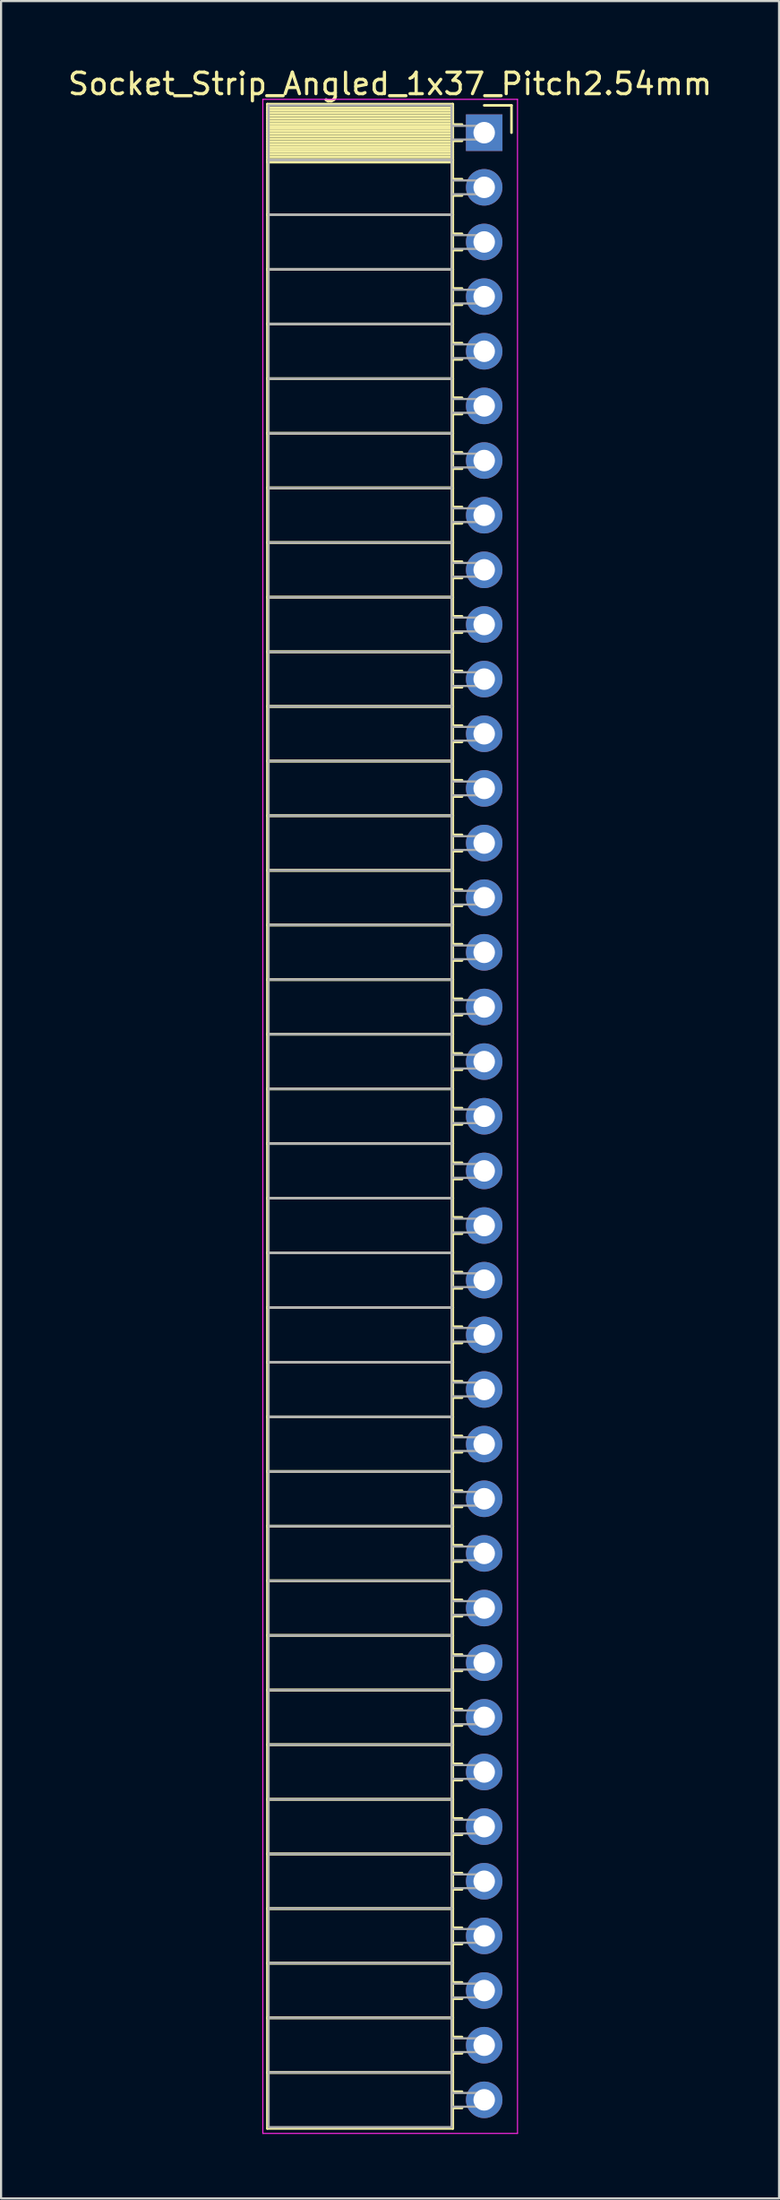
<source format=kicad_pcb>
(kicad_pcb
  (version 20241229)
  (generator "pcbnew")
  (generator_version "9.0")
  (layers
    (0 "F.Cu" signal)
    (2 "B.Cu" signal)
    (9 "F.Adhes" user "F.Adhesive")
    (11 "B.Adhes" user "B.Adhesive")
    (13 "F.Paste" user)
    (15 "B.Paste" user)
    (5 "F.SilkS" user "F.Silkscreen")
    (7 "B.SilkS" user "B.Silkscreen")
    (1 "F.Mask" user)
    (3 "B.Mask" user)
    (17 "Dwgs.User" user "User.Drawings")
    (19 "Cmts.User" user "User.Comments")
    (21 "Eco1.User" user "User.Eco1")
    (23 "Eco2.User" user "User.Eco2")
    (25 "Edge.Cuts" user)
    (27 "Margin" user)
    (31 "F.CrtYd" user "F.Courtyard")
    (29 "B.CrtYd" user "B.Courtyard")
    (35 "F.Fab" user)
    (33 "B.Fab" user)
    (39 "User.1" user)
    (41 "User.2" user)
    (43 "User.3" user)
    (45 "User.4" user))
  (footprint "Socket_Strip_Angled_1x37_Pitch2.54mm"
    (layer "F.Cu")
    (at 19.481 3.118)
    (property "Reference" "Socket_Strip_Angled_1x37_Pitch2.54mm" (at -4.38 -2.27 0) (layer "F.SilkS") (effects (font (size 1 1) (thickness 0.15))))
    (attr through_hole)
    (fp_line (start -10.09 -1.33) (end -1.46 -1.33) (stroke (width 0.12) (type solid)) (layer "F.SilkS"))
    (fp_line (start -10.09 1.27) (end -10.09 -1.33) (stroke (width 0.12) (type solid)) (layer "F.SilkS"))
    (fp_line (start -10.09 1.27) (end -1.46 1.27) (stroke (width 0.12) (type solid)) (layer "F.SilkS"))
    (fp_line (start -10.09 3.81) (end -10.09 1.27) (stroke (width 0.12) (type solid)) (layer "F.SilkS"))
    (fp_line (start -10.09 3.81) (end -1.46 3.81) (stroke (width 0.12) (type solid)) (layer "F.SilkS"))
    (fp_line (start -10.09 6.35) (end -10.09 3.81) (stroke (width 0.12) (type solid)) (layer "F.SilkS"))
    (fp_line (start -10.09 6.35) (end -1.46 6.35) (stroke (width 0.12) (type solid)) (layer "F.SilkS"))
    (fp_line (start -10.09 8.89) (end -10.09 6.35) (stroke (width 0.12) (type solid)) (layer "F.SilkS"))
    (fp_line (start -10.09 8.89) (end -1.46 8.89) (stroke (width 0.12) (type solid)) (layer "F.SilkS"))
    (fp_line (start -10.09 11.43) (end -10.09 8.89) (stroke (width 0.12) (type solid)) (layer "F.SilkS"))
    (fp_line (start -10.09 11.43) (end -1.46 11.43) (stroke (width 0.12) (type solid)) (layer "F.SilkS"))
    (fp_line (start -10.09 13.97) (end -10.09 11.43) (stroke (width 0.12) (type solid)) (layer "F.SilkS"))
    (fp_line (start -10.09 13.97) (end -1.46 13.97) (stroke (width 0.12) (type solid)) (layer "F.SilkS"))
    (fp_line (start -10.09 16.51) (end -10.09 13.97) (stroke (width 0.12) (type solid)) (layer "F.SilkS"))
    (fp_line (start -10.09 16.51) (end -1.46 16.51) (stroke (width 0.12) (type solid)) (layer "F.SilkS"))
    (fp_line (start -10.09 19.05) (end -10.09 16.51) (stroke (width 0.12) (type solid)) (layer "F.SilkS"))
    (fp_line (start -10.09 19.05) (end -1.46 19.05) (stroke (width 0.12) (type solid)) (layer "F.SilkS"))
    (fp_line (start -10.09 21.59) (end -10.09 19.05) (stroke (width 0.12) (type solid)) (layer "F.SilkS"))
    (fp_line (start -10.09 21.59) (end -1.46 21.59) (stroke (width 0.12) (type solid)) (layer "F.SilkS"))
    (fp_line (start -10.09 24.13) (end -10.09 21.59) (stroke (width 0.12) (type solid)) (layer "F.SilkS"))
    (fp_line (start -10.09 24.13) (end -1.46 24.13) (stroke (width 0.12) (type solid)) (layer "F.SilkS"))
    (fp_line (start -10.09 26.67) (end -10.09 24.13) (stroke (width 0.12) (type solid)) (layer "F.SilkS"))
    (fp_line (start -10.09 26.67) (end -1.46 26.67) (stroke (width 0.12) (type solid)) (layer "F.SilkS"))
    (fp_line (start -10.09 29.21) (end -10.09 26.67) (stroke (width 0.12) (type solid)) (layer "F.SilkS"))
    (fp_line (start -10.09 29.21) (end -1.46 29.21) (stroke (width 0.12) (type solid)) (layer "F.SilkS"))
    (fp_line (start -10.09 31.75) (end -10.09 29.21) (stroke (width 0.12) (type solid)) (layer "F.SilkS"))
    (fp_line (start -10.09 31.75) (end -1.46 31.75) (stroke (width 0.12) (type solid)) (layer "F.SilkS"))
    (fp_line (start -10.09 34.29) (end -10.09 31.75) (stroke (width 0.12) (type solid)) (layer "F.SilkS"))
    (fp_line (start -10.09 34.29) (end -1.46 34.29) (stroke (width 0.12) (type solid)) (layer "F.SilkS"))
    (fp_line (start -10.09 36.83) (end -10.09 34.29) (stroke (width 0.12) (type solid)) (layer "F.SilkS"))
    (fp_line (start -10.09 36.83) (end -1.46 36.83) (stroke (width 0.12) (type solid)) (layer "F.SilkS"))
    (fp_line (start -10.09 39.37) (end -10.09 36.83) (stroke (width 0.12) (type solid)) (layer "F.SilkS"))
    (fp_line (start -10.09 39.37) (end -1.46 39.37) (stroke (width 0.12) (type solid)) (layer "F.SilkS"))
    (fp_line (start -10.09 41.91) (end -10.09 39.37) (stroke (width 0.12) (type solid)) (layer "F.SilkS"))
    (fp_line (start -10.09 41.91) (end -1.46 41.91) (stroke (width 0.12) (type solid)) (layer "F.SilkS"))
    (fp_line (start -10.09 44.45) (end -10.09 41.91) (stroke (width 0.12) (type solid)) (layer "F.SilkS"))
    (fp_line (start -10.09 44.45) (end -1.46 44.45) (stroke (width 0.12) (type solid)) (layer "F.SilkS"))
    (fp_line (start -10.09 46.99) (end -10.09 44.45) (stroke (width 0.12) (type solid)) (layer "F.SilkS"))
    (fp_line (start -10.09 46.99) (end -1.46 46.99) (stroke (width 0.12) (type solid)) (layer "F.SilkS"))
    (fp_line (start -10.09 49.53) (end -10.09 46.99) (stroke (width 0.12) (type solid)) (layer "F.SilkS"))
    (fp_line (start -10.09 49.53) (end -1.46 49.53) (stroke (width 0.12) (type solid)) (layer "F.SilkS"))
    (fp_line (start -10.09 52.07) (end -10.09 49.53) (stroke (width 0.12) (type solid)) (layer "F.SilkS"))
    (fp_line (start -10.09 52.07) (end -1.46 52.07) (stroke (width 0.12) (type solid)) (layer "F.SilkS"))
    (fp_line (start -10.09 54.61) (end -10.09 52.07) (stroke (width 0.12) (type solid)) (layer "F.SilkS"))
    (fp_line (start -10.09 54.61) (end -1.46 54.61) (stroke (width 0.12) (type solid)) (layer "F.SilkS"))
    (fp_line (start -10.09 57.15) (end -10.09 54.61) (stroke (width 0.12) (type solid)) (layer "F.SilkS"))
    (fp_line (start -10.09 57.15) (end -1.46 57.15) (stroke (width 0.12) (type solid)) (layer "F.SilkS"))
    (fp_line (start -10.09 59.69) (end -10.09 57.15) (stroke (width 0.12) (type solid)) (layer "F.SilkS"))
    (fp_line (start -10.09 59.69) (end -1.46 59.69) (stroke (width 0.12) (type solid)) (layer "F.SilkS"))
    (fp_line (start -10.09 62.23) (end -10.09 59.69) (stroke (width 0.12) (type solid)) (layer "F.SilkS"))
    (fp_line (start -10.09 62.23) (end -1.46 62.23) (stroke (width 0.12) (type solid)) (layer "F.SilkS"))
    (fp_line (start -10.09 64.77) (end -10.09 62.23) (stroke (width 0.12) (type solid)) (layer "F.SilkS"))
    (fp_line (start -10.09 64.77) (end -1.46 64.77) (stroke (width 0.12) (type solid)) (layer "F.SilkS"))
    (fp_line (start -10.09 67.31) (end -10.09 64.77) (stroke (width 0.12) (type solid)) (layer "F.SilkS"))
    (fp_line (start -10.09 67.31) (end -1.46 67.31) (stroke (width 0.12) (type solid)) (layer "F.SilkS"))
    (fp_line (start -10.09 69.85) (end -10.09 67.31) (stroke (width 0.12) (type solid)) (layer "F.SilkS"))
    (fp_line (start -10.09 69.85) (end -1.46 69.85) (stroke (width 0.12) (type solid)) (layer "F.SilkS"))
    (fp_line (start -10.09 72.39) (end -10.09 69.85) (stroke (width 0.12) (type solid)) (layer "F.SilkS"))
    (fp_line (start -10.09 72.39) (end -1.46 72.39) (stroke (width 0.12) (type solid)) (layer "F.SilkS"))
    (fp_line (start -10.09 74.93) (end -10.09 72.39) (stroke (width 0.12) (type solid)) (layer "F.SilkS"))
    (fp_line (start -10.09 74.93) (end -1.46 74.93) (stroke (width 0.12) (type solid)) (layer "F.SilkS"))
    (fp_line (start -10.09 77.47) (end -10.09 74.93) (stroke (width 0.12) (type solid)) (layer "F.SilkS"))
    (fp_line (start -10.09 77.47) (end -1.46 77.47) (stroke (width 0.12) (type solid)) (layer "F.SilkS"))
    (fp_line (start -10.09 80.01) (end -10.09 77.47) (stroke (width 0.12) (type solid)) (layer "F.SilkS"))
    (fp_line (start -10.09 80.01) (end -1.46 80.01) (stroke (width 0.12) (type solid)) (layer "F.SilkS"))
    (fp_line (start -10.09 82.55) (end -10.09 80.01) (stroke (width 0.12) (type solid)) (layer "F.SilkS"))
    (fp_line (start -10.09 82.55) (end -1.46 82.55) (stroke (width 0.12) (type solid)) (layer "F.SilkS"))
    (fp_line (start -10.09 85.09) (end -10.09 82.55) (stroke (width 0.12) (type solid)) (layer "F.SilkS"))
    (fp_line (start -10.09 85.09) (end -1.46 85.09) (stroke (width 0.12) (type solid)) (layer "F.SilkS"))
    (fp_line (start -10.09 87.63) (end -10.09 85.09) (stroke (width 0.12) (type solid)) (layer "F.SilkS"))
    (fp_line (start -10.09 87.63) (end -1.46 87.63) (stroke (width 0.12) (type solid)) (layer "F.SilkS"))
    (fp_line (start -10.09 90.17) (end -10.09 87.63) (stroke (width 0.12) (type solid)) (layer "F.SilkS"))
    (fp_line (start -10.09 90.17) (end -1.46 90.17) (stroke (width 0.12) (type solid)) (layer "F.SilkS"))
    (fp_line (start -10.09 92.77) (end -10.09 90.17) (stroke (width 0.12) (type solid)) (layer "F.SilkS"))
    (fp_line (start -1.46 -1.33) (end -1.46 1.27) (stroke (width 0.12) (type solid)) (layer "F.SilkS"))
    (fp_line (start -1.46 -1.15) (end -10.09 -1.15) (stroke (width 0.12) (type solid)) (layer "F.SilkS"))
    (fp_line (start -1.46 -1.03) (end -10.09 -1.03) (stroke (width 0.12) (type solid)) (layer "F.SilkS"))
    (fp_line (start -1.46 -0.91) (end -10.09 -0.91) (stroke (width 0.12) (type solid)) (layer "F.SilkS"))
    (fp_line (start -1.46 -0.79) (end -10.09 -0.79) (stroke (width 0.12) (type solid)) (layer "F.SilkS"))
    (fp_line (start -1.46 -0.67) (end -10.09 -0.67) (stroke (width 0.12) (type solid)) (layer "F.SilkS"))
    (fp_line (start -1.46 -0.55) (end -10.09 -0.55) (stroke (width 0.12) (type solid)) (layer "F.SilkS"))
    (fp_line (start -1.46 -0.43) (end -10.09 -0.43) (stroke (width 0.12) (type solid)) (layer "F.SilkS"))
    (fp_line (start -1.46 -0.31) (end -10.09 -0.31) (stroke (width 0.12) (type solid)) (layer "F.SilkS"))
    (fp_line (start -1.46 -0.19) (end -10.09 -0.19) (stroke (width 0.12) (type solid)) (layer "F.SilkS"))
    (fp_line (start -1.46 -0.07) (end -10.09 -0.07) (stroke (width 0.12) (type solid)) (layer "F.SilkS"))
    (fp_line (start -1.46 0.05) (end -10.09 0.05) (stroke (width 0.12) (type solid)) (layer "F.SilkS"))
    (fp_line (start -1.46 0.17) (end -10.09 0.17) (stroke (width 0.12) (type solid)) (layer "F.SilkS"))
    (fp_line (start -1.46 0.29) (end -10.09 0.29) (stroke (width 0.12) (type solid)) (layer "F.SilkS"))
    (fp_line (start -1.46 0.41) (end -10.09 0.41) (stroke (width 0.12) (type solid)) (layer "F.SilkS"))
    (fp_line (start -1.46 0.53) (end -10.09 0.53) (stroke (width 0.12) (type solid)) (layer "F.SilkS"))
    (fp_line (start -1.46 0.65) (end -10.09 0.65) (stroke (width 0.12) (type solid)) (layer "F.SilkS"))
    (fp_line (start -1.46 0.77) (end -10.09 0.77) (stroke (width 0.12) (type solid)) (layer "F.SilkS"))
    (fp_line (start -1.46 0.89) (end -10.09 0.89) (stroke (width 0.12) (type solid)) (layer "F.SilkS"))
    (fp_line (start -1.46 1.01) (end -10.09 1.01) (stroke (width 0.12) (type solid)) (layer "F.SilkS"))
    (fp_line (start -1.46 1.13) (end -10.09 1.13) (stroke (width 0.12) (type solid)) (layer "F.SilkS"))
    (fp_line (start -1.46 1.25) (end -10.09 1.25) (stroke (width 0.12) (type solid)) (layer "F.SilkS"))
    (fp_line (start -1.46 1.27) (end -10.09 1.27) (stroke (width 0.12) (type solid)) (layer "F.SilkS"))
    (fp_line (start -1.46 1.27) (end -1.46 3.81) (stroke (width 0.12) (type solid)) (layer "F.SilkS"))
    (fp_line (start -1.46 1.37) (end -10.09 1.37) (stroke (width 0.12) (type solid)) (layer "F.SilkS"))
    (fp_line (start -1.46 3.81) (end -10.09 3.81) (stroke (width 0.12) (type solid)) (layer "F.SilkS"))
    (fp_line (start -1.46 3.81) (end -1.46 6.35) (stroke (width 0.12) (type solid)) (layer "F.SilkS"))
    (fp_line (start -1.46 6.35) (end -10.09 6.35) (stroke (width 0.12) (type solid)) (layer "F.SilkS"))
    (fp_line (start -1.46 6.35) (end -1.46 8.89) (stroke (width 0.12) (type solid)) (layer "F.SilkS"))
    (fp_line (start -1.46 8.89) (end -10.09 8.89) (stroke (width 0.12) (type solid)) (layer "F.SilkS"))
    (fp_line (start -1.46 8.89) (end -1.46 11.43) (stroke (width 0.12) (type solid)) (layer "F.SilkS"))
    (fp_line (start -1.46 11.43) (end -10.09 11.43) (stroke (width 0.12) (type solid)) (layer "F.SilkS"))
    (fp_line (start -1.46 11.43) (end -1.46 13.97) (stroke (width 0.12) (type solid)) (layer "F.SilkS"))
    (fp_line (start -1.46 13.97) (end -10.09 13.97) (stroke (width 0.12) (type solid)) (layer "F.SilkS"))
    (fp_line (start -1.46 13.97) (end -1.46 16.51) (stroke (width 0.12) (type solid)) (layer "F.SilkS"))
    (fp_line (start -1.46 16.51) (end -10.09 16.51) (stroke (width 0.12) (type solid)) (layer "F.SilkS"))
    (fp_line (start -1.46 16.51) (end -1.46 19.05) (stroke (width 0.12) (type solid)) (layer "F.SilkS"))
    (fp_line (start -1.46 19.05) (end -10.09 19.05) (stroke (width 0.12) (type solid)) (layer "F.SilkS"))
    (fp_line (start -1.46 19.05) (end -1.46 21.59) (stroke (width 0.12) (type solid)) (layer "F.SilkS"))
    (fp_line (start -1.46 21.59) (end -10.09 21.59) (stroke (width 0.12) (type solid)) (layer "F.SilkS"))
    (fp_line (start -1.46 21.59) (end -1.46 24.13) (stroke (width 0.12) (type solid)) (layer "F.SilkS"))
    (fp_line (start -1.46 24.13) (end -10.09 24.13) (stroke (width 0.12) (type solid)) (layer "F.SilkS"))
    (fp_line (start -1.46 24.13) (end -1.46 26.67) (stroke (width 0.12) (type solid)) (layer "F.SilkS"))
    (fp_line (start -1.46 26.67) (end -10.09 26.67) (stroke (width 0.12) (type solid)) (layer "F.SilkS"))
    (fp_line (start -1.46 26.67) (end -1.46 29.21) (stroke (width 0.12) (type solid)) (layer "F.SilkS"))
    (fp_line (start -1.46 29.21) (end -10.09 29.21) (stroke (width 0.12) (type solid)) (layer "F.SilkS"))
    (fp_line (start -1.46 29.21) (end -1.46 31.75) (stroke (width 0.12) (type solid)) (layer "F.SilkS"))
    (fp_line (start -1.46 31.75) (end -10.09 31.75) (stroke (width 0.12) (type solid)) (layer "F.SilkS"))
    (fp_line (start -1.46 31.75) (end -1.46 34.29) (stroke (width 0.12) (type solid)) (layer "F.SilkS"))
    (fp_line (start -1.46 34.29) (end -10.09 34.29) (stroke (width 0.12) (type solid)) (layer "F.SilkS"))
    (fp_line (start -1.46 34.29) (end -1.46 36.83) (stroke (width 0.12) (type solid)) (layer "F.SilkS"))
    (fp_line (start -1.46 36.83) (end -10.09 36.83) (stroke (width 0.12) (type solid)) (layer "F.SilkS"))
    (fp_line (start -1.46 36.83) (end -1.46 39.37) (stroke (width 0.12) (type solid)) (layer "F.SilkS"))
    (fp_line (start -1.46 39.37) (end -10.09 39.37) (stroke (width 0.12) (type solid)) (layer "F.SilkS"))
    (fp_line (start -1.46 39.37) (end -1.46 41.91) (stroke (width 0.12) (type solid)) (layer "F.SilkS"))
    (fp_line (start -1.46 41.91) (end -10.09 41.91) (stroke (width 0.12) (type solid)) (layer "F.SilkS"))
    (fp_line (start -1.46 41.91) (end -1.46 44.45) (stroke (width 0.12) (type solid)) (layer "F.SilkS"))
    (fp_line (start -1.46 44.45) (end -10.09 44.45) (stroke (width 0.12) (type solid)) (layer "F.SilkS"))
    (fp_line (start -1.46 44.45) (end -1.46 46.99) (stroke (width 0.12) (type solid)) (layer "F.SilkS"))
    (fp_line (start -1.46 46.99) (end -10.09 46.99) (stroke (width 0.12) (type solid)) (layer "F.SilkS"))
    (fp_line (start -1.46 46.99) (end -1.46 49.53) (stroke (width 0.12) (type solid)) (layer "F.SilkS"))
    (fp_line (start -1.46 49.53) (end -10.09 49.53) (stroke (width 0.12) (type solid)) (layer "F.SilkS"))
    (fp_line (start -1.46 49.53) (end -1.46 52.07) (stroke (width 0.12) (type solid)) (layer "F.SilkS"))
    (fp_line (start -1.46 52.07) (end -10.09 52.07) (stroke (width 0.12) (type solid)) (layer "F.SilkS"))
    (fp_line (start -1.46 52.07) (end -1.46 54.61) (stroke (width 0.12) (type solid)) (layer "F.SilkS"))
    (fp_line (start -1.46 54.61) (end -10.09 54.61) (stroke (width 0.12) (type solid)) (layer "F.SilkS"))
    (fp_line (start -1.46 54.61) (end -1.46 57.15) (stroke (width 0.12) (type solid)) (layer "F.SilkS"))
    (fp_line (start -1.46 57.15) (end -10.09 57.15) (stroke (width 0.12) (type solid)) (layer "F.SilkS"))
    (fp_line (start -1.46 57.15) (end -1.46 59.69) (stroke (width 0.12) (type solid)) (layer "F.SilkS"))
    (fp_line (start -1.46 59.69) (end -10.09 59.69) (stroke (width 0.12) (type solid)) (layer "F.SilkS"))
    (fp_line (start -1.46 59.69) (end -1.46 62.23) (stroke (width 0.12) (type solid)) (layer "F.SilkS"))
    (fp_line (start -1.46 62.23) (end -10.09 62.23) (stroke (width 0.12) (type solid)) (layer "F.SilkS"))
    (fp_line (start -1.46 62.23) (end -1.46 64.77) (stroke (width 0.12) (type solid)) (layer "F.SilkS"))
    (fp_line (start -1.46 64.77) (end -10.09 64.77) (stroke (width 0.12) (type solid)) (layer "F.SilkS"))
    (fp_line (start -1.46 64.77) (end -1.46 67.31) (stroke (width 0.12) (type solid)) (layer "F.SilkS"))
    (fp_line (start -1.46 67.31) (end -10.09 67.31) (stroke (width 0.12) (type solid)) (layer "F.SilkS"))
    (fp_line (start -1.46 67.31) (end -1.46 69.85) (stroke (width 0.12) (type solid)) (layer "F.SilkS"))
    (fp_line (start -1.46 69.85) (end -10.09 69.85) (stroke (width 0.12) (type solid)) (layer "F.SilkS"))
    (fp_line (start -1.46 69.85) (end -1.46 72.39) (stroke (width 0.12) (type solid)) (layer "F.SilkS"))
    (fp_line (start -1.46 72.39) (end -10.09 72.39) (stroke (width 0.12) (type solid)) (layer "F.SilkS"))
    (fp_line (start -1.46 72.39) (end -1.46 74.93) (stroke (width 0.12) (type solid)) (layer "F.SilkS"))
    (fp_line (start -1.46 74.93) (end -10.09 74.93) (stroke (width 0.12) (type solid)) (layer "F.SilkS"))
    (fp_line (start -1.46 74.93) (end -1.46 77.47) (stroke (width 0.12) (type solid)) (layer "F.SilkS"))
    (fp_line (start -1.46 77.47) (end -10.09 77.47) (stroke (width 0.12) (type solid)) (layer "F.SilkS"))
    (fp_line (start -1.46 77.47) (end -1.46 80.01) (stroke (width 0.12) (type solid)) (layer "F.SilkS"))
    (fp_line (start -1.46 80.01) (end -10.09 80.01) (stroke (width 0.12) (type solid)) (layer "F.SilkS"))
    (fp_line (start -1.46 80.01) (end -1.46 82.55) (stroke (width 0.12) (type solid)) (layer "F.SilkS"))
    (fp_line (start -1.46 82.55) (end -10.09 82.55) (stroke (width 0.12) (type solid)) (layer "F.SilkS"))
    (fp_line (start -1.46 82.55) (end -1.46 85.09) (stroke (width 0.12) (type solid)) (layer "F.SilkS"))
    (fp_line (start -1.46 85.09) (end -10.09 85.09) (stroke (width 0.12) (type solid)) (layer "F.SilkS"))
    (fp_line (start -1.46 85.09) (end -1.46 87.63) (stroke (width 0.12) (type solid)) (layer "F.SilkS"))
    (fp_line (start -1.46 87.63) (end -10.09 87.63) (stroke (width 0.12) (type solid)) (layer "F.SilkS"))
    (fp_line (start -1.46 87.63) (end -1.46 90.17) (stroke (width 0.12) (type solid)) (layer "F.SilkS"))
    (fp_line (start -1.46 90.17) (end -10.09 90.17) (stroke (width 0.12) (type solid)) (layer "F.SilkS"))
    (fp_line (start -1.46 90.17) (end -1.46 92.77) (stroke (width 0.12) (type solid)) (layer "F.SilkS"))
    (fp_line (start -1.46 92.77) (end -10.09 92.77) (stroke (width 0.12) (type solid)) (layer "F.SilkS"))
    (fp_line (start -1.03 -0.38) (end -1.46 -0.38) (stroke (width 0.12) (type solid)) (layer "F.SilkS"))
    (fp_line (start -1.03 0.38) (end -1.46 0.38) (stroke (width 0.12) (type solid)) (layer "F.SilkS"))
    (fp_line (start -1.03 2.16) (end -1.46 2.16) (stroke (width 0.12) (type solid)) (layer "F.SilkS"))
    (fp_line (start -1.03 2.92) (end -1.46 2.92) (stroke (width 0.12) (type solid)) (layer "F.SilkS"))
    (fp_line (start -1.03 4.7) (end -1.46 4.7) (stroke (width 0.12) (type solid)) (layer "F.SilkS"))
    (fp_line (start -1.03 5.46) (end -1.46 5.46) (stroke (width 0.12) (type solid)) (layer "F.SilkS"))
    (fp_line (start -1.03 7.24) (end -1.46 7.24) (stroke (width 0.12) (type solid)) (layer "F.SilkS"))
    (fp_line (start -1.03 8) (end -1.46 8) (stroke (width 0.12) (type solid)) (layer "F.SilkS"))
    (fp_line (start -1.03 9.78) (end -1.46 9.78) (stroke (width 0.12) (type solid)) (layer "F.SilkS"))
    (fp_line (start -1.03 10.54) (end -1.46 10.54) (stroke (width 0.12) (type solid)) (layer "F.SilkS"))
    (fp_line (start -1.03 12.32) (end -1.46 12.32) (stroke (width 0.12) (type solid)) (layer "F.SilkS"))
    (fp_line (start -1.03 13.08) (end -1.46 13.08) (stroke (width 0.12) (type solid)) (layer "F.SilkS"))
    (fp_line (start -1.03 14.86) (end -1.46 14.86) (stroke (width 0.12) (type solid)) (layer "F.SilkS"))
    (fp_line (start -1.03 15.62) (end -1.46 15.62) (stroke (width 0.12) (type solid)) (layer "F.SilkS"))
    (fp_line (start -1.03 17.4) (end -1.46 17.4) (stroke (width 0.12) (type solid)) (layer "F.SilkS"))
    (fp_line (start -1.03 18.16) (end -1.46 18.16) (stroke (width 0.12) (type solid)) (layer "F.SilkS"))
    (fp_line (start -1.03 19.94) (end -1.46 19.94) (stroke (width 0.12) (type solid)) (layer "F.SilkS"))
    (fp_line (start -1.03 20.7) (end -1.46 20.7) (stroke (width 0.12) (type solid)) (layer "F.SilkS"))
    (fp_line (start -1.03 22.48) (end -1.46 22.48) (stroke (width 0.12) (type solid)) (layer "F.SilkS"))
    (fp_line (start -1.03 23.24) (end -1.46 23.24) (stroke (width 0.12) (type solid)) (layer "F.SilkS"))
    (fp_line (start -1.03 25.02) (end -1.46 25.02) (stroke (width 0.12) (type solid)) (layer "F.SilkS"))
    (fp_line (start -1.03 25.78) (end -1.46 25.78) (stroke (width 0.12) (type solid)) (layer "F.SilkS"))
    (fp_line (start -1.03 27.56) (end -1.46 27.56) (stroke (width 0.12) (type solid)) (layer "F.SilkS"))
    (fp_line (start -1.03 28.32) (end -1.46 28.32) (stroke (width 0.12) (type solid)) (layer "F.SilkS"))
    (fp_line (start -1.03 30.1) (end -1.46 30.1) (stroke (width 0.12) (type solid)) (layer "F.SilkS"))
    (fp_line (start -1.03 30.86) (end -1.46 30.86) (stroke (width 0.12) (type solid)) (layer "F.SilkS"))
    (fp_line (start -1.03 32.64) (end -1.46 32.64) (stroke (width 0.12) (type solid)) (layer "F.SilkS"))
    (fp_line (start -1.03 33.4) (end -1.46 33.4) (stroke (width 0.12) (type solid)) (layer "F.SilkS"))
    (fp_line (start -1.03 35.18) (end -1.46 35.18) (stroke (width 0.12) (type solid)) (layer "F.SilkS"))
    (fp_line (start -1.03 35.94) (end -1.46 35.94) (stroke (width 0.12) (type solid)) (layer "F.SilkS"))
    (fp_line (start -1.03 37.72) (end -1.46 37.72) (stroke (width 0.12) (type solid)) (layer "F.SilkS"))
    (fp_line (start -1.03 38.48) (end -1.46 38.48) (stroke (width 0.12) (type solid)) (layer "F.SilkS"))
    (fp_line (start -1.03 40.26) (end -1.46 40.26) (stroke (width 0.12) (type solid)) (layer "F.SilkS"))
    (fp_line (start -1.03 41.02) (end -1.46 41.02) (stroke (width 0.12) (type solid)) (layer "F.SilkS"))
    (fp_line (start -1.03 42.8) (end -1.46 42.8) (stroke (width 0.12) (type solid)) (layer "F.SilkS"))
    (fp_line (start -1.03 43.56) (end -1.46 43.56) (stroke (width 0.12) (type solid)) (layer "F.SilkS"))
    (fp_line (start -1.03 45.34) (end -1.46 45.34) (stroke (width 0.12) (type solid)) (layer "F.SilkS"))
    (fp_line (start -1.03 46.1) (end -1.46 46.1) (stroke (width 0.12) (type solid)) (layer "F.SilkS"))
    (fp_line (start -1.03 47.88) (end -1.46 47.88) (stroke (width 0.12) (type solid)) (layer "F.SilkS"))
    (fp_line (start -1.03 48.64) (end -1.46 48.64) (stroke (width 0.12) (type solid)) (layer "F.SilkS"))
    (fp_line (start -1.03 50.42) (end -1.46 50.42) (stroke (width 0.12) (type solid)) (layer "F.SilkS"))
    (fp_line (start -1.03 51.18) (end -1.46 51.18) (stroke (width 0.12) (type solid)) (layer "F.SilkS"))
    (fp_line (start -1.03 52.96) (end -1.46 52.96) (stroke (width 0.12) (type solid)) (layer "F.SilkS"))
    (fp_line (start -1.03 53.72) (end -1.46 53.72) (stroke (width 0.12) (type solid)) (layer "F.SilkS"))
    (fp_line (start -1.03 55.5) (end -1.46 55.5) (stroke (width 0.12) (type solid)) (layer "F.SilkS"))
    (fp_line (start -1.03 56.26) (end -1.46 56.26) (stroke (width 0.12) (type solid)) (layer "F.SilkS"))
    (fp_line (start -1.03 58.04) (end -1.46 58.04) (stroke (width 0.12) (type solid)) (layer "F.SilkS"))
    (fp_line (start -1.03 58.8) (end -1.46 58.8) (stroke (width 0.12) (type solid)) (layer "F.SilkS"))
    (fp_line (start -1.03 60.58) (end -1.46 60.58) (stroke (width 0.12) (type solid)) (layer "F.SilkS"))
    (fp_line (start -1.03 61.34) (end -1.46 61.34) (stroke (width 0.12) (type solid)) (layer "F.SilkS"))
    (fp_line (start -1.03 63.12) (end -1.46 63.12) (stroke (width 0.12) (type solid)) (layer "F.SilkS"))
    (fp_line (start -1.03 63.88) (end -1.46 63.88) (stroke (width 0.12) (type solid)) (layer "F.SilkS"))
    (fp_line (start -1.03 65.66) (end -1.46 65.66) (stroke (width 0.12) (type solid)) (layer "F.SilkS"))
    (fp_line (start -1.03 66.42) (end -1.46 66.42) (stroke (width 0.12) (type solid)) (layer "F.SilkS"))
    (fp_line (start -1.03 68.2) (end -1.46 68.2) (stroke (width 0.12) (type solid)) (layer "F.SilkS"))
    (fp_line (start -1.03 68.96) (end -1.46 68.96) (stroke (width 0.12) (type solid)) (layer "F.SilkS"))
    (fp_line (start -1.03 70.74) (end -1.46 70.74) (stroke (width 0.12) (type solid)) (layer "F.SilkS"))
    (fp_line (start -1.03 71.5) (end -1.46 71.5) (stroke (width 0.12) (type solid)) (layer "F.SilkS"))
    (fp_line (start -1.03 73.28) (end -1.46 73.28) (stroke (width 0.12) (type solid)) (layer "F.SilkS"))
    (fp_line (start -1.03 74.04) (end -1.46 74.04) (stroke (width 0.12) (type solid)) (layer "F.SilkS"))
    (fp_line (start -1.03 75.82) (end -1.46 75.82) (stroke (width 0.12) (type solid)) (layer "F.SilkS"))
    (fp_line (start -1.03 76.58) (end -1.46 76.58) (stroke (width 0.12) (type solid)) (layer "F.SilkS"))
    (fp_line (start -1.03 78.36) (end -1.46 78.36) (stroke (width 0.12) (type solid)) (layer "F.SilkS"))
    (fp_line (start -1.03 79.12) (end -1.46 79.12) (stroke (width 0.12) (type solid)) (layer "F.SilkS"))
    (fp_line (start -1.03 80.9) (end -1.46 80.9) (stroke (width 0.12) (type solid)) (layer "F.SilkS"))
    (fp_line (start -1.03 81.66) (end -1.46 81.66) (stroke (width 0.12) (type solid)) (layer "F.SilkS"))
    (fp_line (start -1.03 83.44) (end -1.46 83.44) (stroke (width 0.12) (type solid)) (layer "F.SilkS"))
    (fp_line (start -1.03 84.2) (end -1.46 84.2) (stroke (width 0.12) (type solid)) (layer "F.SilkS"))
    (fp_line (start -1.03 85.98) (end -1.46 85.98) (stroke (width 0.12) (type solid)) (layer "F.SilkS"))
    (fp_line (start -1.03 86.74) (end -1.46 86.74) (stroke (width 0.12) (type solid)) (layer "F.SilkS"))
    (fp_line (start -1.03 88.52) (end -1.46 88.52) (stroke (width 0.12) (type solid)) (layer "F.SilkS"))
    (fp_line (start -1.03 89.28) (end -1.46 89.28) (stroke (width 0.12) (type solid)) (layer "F.SilkS"))
    (fp_line (start -1.03 91.06) (end -1.46 91.06) (stroke (width 0.12) (type solid)) (layer "F.SilkS"))
    (fp_line (start -1.03 91.82) (end -1.46 91.82) (stroke (width 0.12) (type solid)) (layer "F.SilkS"))
    (fp_line (start 0 -1.27) (end 1.27 -1.27) (stroke (width 0.12) (type solid)) (layer "F.SilkS"))
    (fp_line (start 1.27 -1.27) (end 1.27 0) (stroke (width 0.12) (type solid)) (layer "F.SilkS"))
    (fp_line (start -10.3 -1.55) (end 1.55 -1.55) (stroke (width 0.05) (type solid)) (layer "F.CrtYd"))
    (fp_line (start -10.3 93) (end -10.3 -1.55) (stroke (width 0.05) (type solid)) (layer "F.CrtYd"))
    (fp_line (start 1.55 -1.55) (end 1.55 93) (stroke (width 0.05) (type solid)) (layer "F.CrtYd"))
    (fp_line (start 1.55 93) (end -10.3 93) (stroke (width 0.05) (type solid)) (layer "F.CrtYd"))
    (fp_line (start -10.03 -1.27) (end -1.52 -1.27) (stroke (width 0.1) (type solid)) (layer "F.Fab"))
    (fp_line (start -10.03 1.27) (end -10.03 -1.27) (stroke (width 0.1) (type solid)) (layer "F.Fab"))
    (fp_line (start -10.03 1.27) (end -1.52 1.27) (stroke (width 0.1) (type solid)) (layer "F.Fab"))
    (fp_line (start -10.03 3.81) (end -10.03 1.27) (stroke (width 0.1) (type solid)) (layer "F.Fab"))
    (fp_line (start -10.03 3.81) (end -1.52 3.81) (stroke (width 0.1) (type solid)) (layer "F.Fab"))
    (fp_line (start -10.03 6.35) (end -10.03 3.81) (stroke (width 0.1) (type solid)) (layer "F.Fab"))
    (fp_line (start -10.03 6.35) (end -1.52 6.35) (stroke (width 0.1) (type solid)) (layer "F.Fab"))
    (fp_line (start -10.03 8.89) (end -10.03 6.35) (stroke (width 0.1) (type solid)) (layer "F.Fab"))
    (fp_line (start -10.03 8.89) (end -1.52 8.89) (stroke (width 0.1) (type solid)) (layer "F.Fab"))
    (fp_line (start -10.03 11.43) (end -10.03 8.89) (stroke (width 0.1) (type solid)) (layer "F.Fab"))
    (fp_line (start -10.03 11.43) (end -1.52 11.43) (stroke (width 0.1) (type solid)) (layer "F.Fab"))
    (fp_line (start -10.03 13.97) (end -10.03 11.43) (stroke (width 0.1) (type solid)) (layer "F.Fab"))
    (fp_line (start -10.03 13.97) (end -1.52 13.97) (stroke (width 0.1) (type solid)) (layer "F.Fab"))
    (fp_line (start -10.03 16.51) (end -10.03 13.97) (stroke (width 0.1) (type solid)) (layer "F.Fab"))
    (fp_line (start -10.03 16.51) (end -1.52 16.51) (stroke (width 0.1) (type solid)) (layer "F.Fab"))
    (fp_line (start -10.03 19.05) (end -10.03 16.51) (stroke (width 0.1) (type solid)) (layer "F.Fab"))
    (fp_line (start -10.03 19.05) (end -1.52 19.05) (stroke (width 0.1) (type solid)) (layer "F.Fab"))
    (fp_line (start -10.03 21.59) (end -10.03 19.05) (stroke (width 0.1) (type solid)) (layer "F.Fab"))
    (fp_line (start -10.03 21.59) (end -1.52 21.59) (stroke (width 0.1) (type solid)) (layer "F.Fab"))
    (fp_line (start -10.03 24.13) (end -10.03 21.59) (stroke (width 0.1) (type solid)) (layer "F.Fab"))
    (fp_line (start -10.03 24.13) (end -1.52 24.13) (stroke (width 0.1) (type solid)) (layer "F.Fab"))
    (fp_line (start -10.03 26.67) (end -10.03 24.13) (stroke (width 0.1) (type solid)) (layer "F.Fab"))
    (fp_line (start -10.03 26.67) (end -1.52 26.67) (stroke (width 0.1) (type solid)) (layer "F.Fab"))
    (fp_line (start -10.03 29.21) (end -10.03 26.67) (stroke (width 0.1) (type solid)) (layer "F.Fab"))
    (fp_line (start -10.03 29.21) (end -1.52 29.21) (stroke (width 0.1) (type solid)) (layer "F.Fab"))
    (fp_line (start -10.03 31.75) (end -10.03 29.21) (stroke (width 0.1) (type solid)) (layer "F.Fab"))
    (fp_line (start -10.03 31.75) (end -1.52 31.75) (stroke (width 0.1) (type solid)) (layer "F.Fab"))
    (fp_line (start -10.03 34.29) (end -10.03 31.75) (stroke (width 0.1) (type solid)) (layer "F.Fab"))
    (fp_line (start -10.03 34.29) (end -1.52 34.29) (stroke (width 0.1) (type solid)) (layer "F.Fab"))
    (fp_line (start -10.03 36.83) (end -10.03 34.29) (stroke (width 0.1) (type solid)) (layer "F.Fab"))
    (fp_line (start -10.03 36.83) (end -1.52 36.83) (stroke (width 0.1) (type solid)) (layer "F.Fab"))
    (fp_line (start -10.03 39.37) (end -10.03 36.83) (stroke (width 0.1) (type solid)) (layer "F.Fab"))
    (fp_line (start -10.03 39.37) (end -1.52 39.37) (stroke (width 0.1) (type solid)) (layer "F.Fab"))
    (fp_line (start -10.03 41.91) (end -10.03 39.37) (stroke (width 0.1) (type solid)) (layer "F.Fab"))
    (fp_line (start -10.03 41.91) (end -1.52 41.91) (stroke (width 0.1) (type solid)) (layer "F.Fab"))
    (fp_line (start -10.03 44.45) (end -10.03 41.91) (stroke (width 0.1) (type solid)) (layer "F.Fab"))
    (fp_line (start -10.03 44.45) (end -1.52 44.45) (stroke (width 0.1) (type solid)) (layer "F.Fab"))
    (fp_line (start -10.03 46.99) (end -10.03 44.45) (stroke (width 0.1) (type solid)) (layer "F.Fab"))
    (fp_line (start -10.03 46.99) (end -1.52 46.99) (stroke (width 0.1) (type solid)) (layer "F.Fab"))
    (fp_line (start -10.03 49.53) (end -10.03 46.99) (stroke (width 0.1) (type solid)) (layer "F.Fab"))
    (fp_line (start -10.03 49.53) (end -1.52 49.53) (stroke (width 0.1) (type solid)) (layer "F.Fab"))
    (fp_line (start -10.03 52.07) (end -10.03 49.53) (stroke (width 0.1) (type solid)) (layer "F.Fab"))
    (fp_line (start -10.03 52.07) (end -1.52 52.07) (stroke (width 0.1) (type solid)) (layer "F.Fab"))
    (fp_line (start -10.03 54.61) (end -10.03 52.07) (stroke (width 0.1) (type solid)) (layer "F.Fab"))
    (fp_line (start -10.03 54.61) (end -1.52 54.61) (stroke (width 0.1) (type solid)) (layer "F.Fab"))
    (fp_line (start -10.03 57.15) (end -10.03 54.61) (stroke (width 0.1) (type solid)) (layer "F.Fab"))
    (fp_line (start -10.03 57.15) (end -1.52 57.15) (stroke (width 0.1) (type solid)) (layer "F.Fab"))
    (fp_line (start -10.03 59.69) (end -10.03 57.15) (stroke (width 0.1) (type solid)) (layer "F.Fab"))
    (fp_line (start -10.03 59.69) (end -1.52 59.69) (stroke (width 0.1) (type solid)) (layer "F.Fab"))
    (fp_line (start -10.03 62.23) (end -10.03 59.69) (stroke (width 0.1) (type solid)) (layer "F.Fab"))
    (fp_line (start -10.03 62.23) (end -1.52 62.23) (stroke (width 0.1) (type solid)) (layer "F.Fab"))
    (fp_line (start -10.03 64.77) (end -10.03 62.23) (stroke (width 0.1) (type solid)) (layer "F.Fab"))
    (fp_line (start -10.03 64.77) (end -1.52 64.77) (stroke (width 0.1) (type solid)) (layer "F.Fab"))
    (fp_line (start -10.03 67.31) (end -10.03 64.77) (stroke (width 0.1) (type solid)) (layer "F.Fab"))
    (fp_line (start -10.03 67.31) (end -1.52 67.31) (stroke (width 0.1) (type solid)) (layer "F.Fab"))
    (fp_line (start -10.03 69.85) (end -10.03 67.31) (stroke (width 0.1) (type solid)) (layer "F.Fab"))
    (fp_line (start -10.03 69.85) (end -1.52 69.85) (stroke (width 0.1) (type solid)) (layer "F.Fab"))
    (fp_line (start -10.03 72.39) (end -10.03 69.85) (stroke (width 0.1) (type solid)) (layer "F.Fab"))
    (fp_line (start -10.03 72.39) (end -1.52 72.39) (stroke (width 0.1) (type solid)) (layer "F.Fab"))
    (fp_line (start -10.03 74.93) (end -10.03 72.39) (stroke (width 0.1) (type solid)) (layer "F.Fab"))
    (fp_line (start -10.03 74.93) (end -1.52 74.93) (stroke (width 0.1) (type solid)) (layer "F.Fab"))
    (fp_line (start -10.03 77.47) (end -10.03 74.93) (stroke (width 0.1) (type solid)) (layer "F.Fab"))
    (fp_line (start -10.03 77.47) (end -1.52 77.47) (stroke (width 0.1) (type solid)) (layer "F.Fab"))
    (fp_line (start -10.03 80.01) (end -10.03 77.47) (stroke (width 0.1) (type solid)) (layer "F.Fab"))
    (fp_line (start -10.03 80.01) (end -1.52 80.01) (stroke (width 0.1) (type solid)) (layer "F.Fab"))
    (fp_line (start -10.03 82.55) (end -10.03 80.01) (stroke (width 0.1) (type solid)) (layer "F.Fab"))
    (fp_line (start -10.03 82.55) (end -1.52 82.55) (stroke (width 0.1) (type solid)) (layer "F.Fab"))
    (fp_line (start -10.03 85.09) (end -10.03 82.55) (stroke (width 0.1) (type solid)) (layer "F.Fab"))
    (fp_line (start -10.03 85.09) (end -1.52 85.09) (stroke (width 0.1) (type solid)) (layer "F.Fab"))
    (fp_line (start -10.03 87.63) (end -10.03 85.09) (stroke (width 0.1) (type solid)) (layer "F.Fab"))
    (fp_line (start -10.03 87.63) (end -1.52 87.63) (stroke (width 0.1) (type solid)) (layer "F.Fab"))
    (fp_line (start -10.03 90.17) (end -10.03 87.63) (stroke (width 0.1) (type solid)) (layer "F.Fab"))
    (fp_line (start -10.03 90.17) (end -1.52 90.17) (stroke (width 0.1) (type solid)) (layer "F.Fab"))
    (fp_line (start -10.03 92.71) (end -10.03 90.17) (stroke (width 0.1) (type solid)) (layer "F.Fab"))
    (fp_line (start -1.52 -1.27) (end -1.52 1.27) (stroke (width 0.1) (type solid)) (layer "F.Fab"))
    (fp_line (start -1.52 -0.32) (end 0 -0.32) (stroke (width 0.1) (type solid)) (layer "F.Fab"))
    (fp_line (start -1.52 0.32) (end -1.52 -0.32) (stroke (width 0.1) (type solid)) (layer "F.Fab"))
    (fp_line (start -1.52 1.27) (end -10.03 1.27) (stroke (width 0.1) (type solid)) (layer "F.Fab"))
    (fp_line (start -1.52 1.27) (end -1.52 3.81) (stroke (width 0.1) (type solid)) (layer "F.Fab"))
    (fp_line (start -1.52 2.22) (end 0 2.22) (stroke (width 0.1) (type solid)) (layer "F.Fab"))
    (fp_line (start -1.52 2.86) (end -1.52 2.22) (stroke (width 0.1) (type solid)) (layer "F.Fab"))
    (fp_line (start -1.52 3.81) (end -10.03 3.81) (stroke (width 0.1) (type solid)) (layer "F.Fab"))
    (fp_line (start -1.52 3.81) (end -1.52 6.35) (stroke (width 0.1) (type solid)) (layer "F.Fab"))
    (fp_line (start -1.52 4.76) (end 0 4.76) (stroke (width 0.1) (type solid)) (layer "F.Fab"))
    (fp_line (start -1.52 5.4) (end -1.52 4.76) (stroke (width 0.1) (type solid)) (layer "F.Fab"))
    (fp_line (start -1.52 6.35) (end -10.03 6.35) (stroke (width 0.1) (type solid)) (layer "F.Fab"))
    (fp_line (start -1.52 6.35) (end -1.52 8.89) (stroke (width 0.1) (type solid)) (layer "F.Fab"))
    (fp_line (start -1.52 7.3) (end 0 7.3) (stroke (width 0.1) (type solid)) (layer "F.Fab"))
    (fp_line (start -1.52 7.94) (end -1.52 7.3) (stroke (width 0.1) (type solid)) (layer "F.Fab"))
    (fp_line (start -1.52 8.89) (end -10.03 8.89) (stroke (width 0.1) (type solid)) (layer "F.Fab"))
    (fp_line (start -1.52 8.89) (end -1.52 11.43) (stroke (width 0.1) (type solid)) (layer "F.Fab"))
    (fp_line (start -1.52 9.84) (end 0 9.84) (stroke (width 0.1) (type solid)) (layer "F.Fab"))
    (fp_line (start -1.52 10.48) (end -1.52 9.84) (stroke (width 0.1) (type solid)) (layer "F.Fab"))
    (fp_line (start -1.52 11.43) (end -10.03 11.43) (stroke (width 0.1) (type solid)) (layer "F.Fab"))
    (fp_line (start -1.52 11.43) (end -1.52 13.97) (stroke (width 0.1) (type solid)) (layer "F.Fab"))
    (fp_line (start -1.52 12.38) (end 0 12.38) (stroke (width 0.1) (type solid)) (layer "F.Fab"))
    (fp_line (start -1.52 13.02) (end -1.52 12.38) (stroke (width 0.1) (type solid)) (layer "F.Fab"))
    (fp_line (start -1.52 13.97) (end -10.03 13.97) (stroke (width 0.1) (type solid)) (layer "F.Fab"))
    (fp_line (start -1.52 13.97) (end -1.52 16.51) (stroke (width 0.1) (type solid)) (layer "F.Fab"))
    (fp_line (start -1.52 14.92) (end 0 14.92) (stroke (width 0.1) (type solid)) (layer "F.Fab"))
    (fp_line (start -1.52 15.56) (end -1.52 14.92) (stroke (width 0.1) (type solid)) (layer "F.Fab"))
    (fp_line (start -1.52 16.51) (end -10.03 16.51) (stroke (width 0.1) (type solid)) (layer "F.Fab"))
    (fp_line (start -1.52 16.51) (end -1.52 19.05) (stroke (width 0.1) (type solid)) (layer "F.Fab"))
    (fp_line (start -1.52 17.46) (end 0 17.46) (stroke (width 0.1) (type solid)) (layer "F.Fab"))
    (fp_line (start -1.52 18.1) (end -1.52 17.46) (stroke (width 0.1) (type solid)) (layer "F.Fab"))
    (fp_line (start -1.52 19.05) (end -10.03 19.05) (stroke (width 0.1) (type solid)) (layer "F.Fab"))
    (fp_line (start -1.52 19.05) (end -1.52 21.59) (stroke (width 0.1) (type solid)) (layer "F.Fab"))
    (fp_line (start -1.52 20) (end 0 20) (stroke (width 0.1) (type solid)) (layer "F.Fab"))
    (fp_line (start -1.52 20.64) (end -1.52 20) (stroke (width 0.1) (type solid)) (layer "F.Fab"))
    (fp_line (start -1.52 21.59) (end -10.03 21.59) (stroke (width 0.1) (type solid)) (layer "F.Fab"))
    (fp_line (start -1.52 21.59) (end -1.52 24.13) (stroke (width 0.1) (type solid)) (layer "F.Fab"))
    (fp_line (start -1.52 22.54) (end 0 22.54) (stroke (width 0.1) (type solid)) (layer "F.Fab"))
    (fp_line (start -1.52 23.18) (end -1.52 22.54) (stroke (width 0.1) (type solid)) (layer "F.Fab"))
    (fp_line (start -1.52 24.13) (end -10.03 24.13) (stroke (width 0.1) (type solid)) (layer "F.Fab"))
    (fp_line (start -1.52 24.13) (end -1.52 26.67) (stroke (width 0.1) (type solid)) (layer "F.Fab"))
    (fp_line (start -1.52 25.08) (end 0 25.08) (stroke (width 0.1) (type solid)) (layer "F.Fab"))
    (fp_line (start -1.52 25.72) (end -1.52 25.08) (stroke (width 0.1) (type solid)) (layer "F.Fab"))
    (fp_line (start -1.52 26.67) (end -10.03 26.67) (stroke (width 0.1) (type solid)) (layer "F.Fab"))
    (fp_line (start -1.52 26.67) (end -1.52 29.21) (stroke (width 0.1) (type solid)) (layer "F.Fab"))
    (fp_line (start -1.52 27.62) (end 0 27.62) (stroke (width 0.1) (type solid)) (layer "F.Fab"))
    (fp_line (start -1.52 28.26) (end -1.52 27.62) (stroke (width 0.1) (type solid)) (layer "F.Fab"))
    (fp_line (start -1.52 29.21) (end -10.03 29.21) (stroke (width 0.1) (type solid)) (layer "F.Fab"))
    (fp_line (start -1.52 29.21) (end -1.52 31.75) (stroke (width 0.1) (type solid)) (layer "F.Fab"))
    (fp_line (start -1.52 30.16) (end 0 30.16) (stroke (width 0.1) (type solid)) (layer "F.Fab"))
    (fp_line (start -1.52 30.8) (end -1.52 30.16) (stroke (width 0.1) (type solid)) (layer "F.Fab"))
    (fp_line (start -1.52 31.75) (end -10.03 31.75) (stroke (width 0.1) (type solid)) (layer "F.Fab"))
    (fp_line (start -1.52 31.75) (end -1.52 34.29) (stroke (width 0.1) (type solid)) (layer "F.Fab"))
    (fp_line (start -1.52 32.7) (end 0 32.7) (stroke (width 0.1) (type solid)) (layer "F.Fab"))
    (fp_line (start -1.52 33.34) (end -1.52 32.7) (stroke (width 0.1) (type solid)) (layer "F.Fab"))
    (fp_line (start -1.52 34.29) (end -10.03 34.29) (stroke (width 0.1) (type solid)) (layer "F.Fab"))
    (fp_line (start -1.52 34.29) (end -1.52 36.83) (stroke (width 0.1) (type solid)) (layer "F.Fab"))
    (fp_line (start -1.52 35.24) (end 0 35.24) (stroke (width 0.1) (type solid)) (layer "F.Fab"))
    (fp_line (start -1.52 35.88) (end -1.52 35.24) (stroke (width 0.1) (type solid)) (layer "F.Fab"))
    (fp_line (start -1.52 36.83) (end -10.03 36.83) (stroke (width 0.1) (type solid)) (layer "F.Fab"))
    (fp_line (start -1.52 36.83) (end -1.52 39.37) (stroke (width 0.1) (type solid)) (layer "F.Fab"))
    (fp_line (start -1.52 37.78) (end 0 37.78) (stroke (width 0.1) (type solid)) (layer "F.Fab"))
    (fp_line (start -1.52 38.42) (end -1.52 37.78) (stroke (width 0.1) (type solid)) (layer "F.Fab"))
    (fp_line (start -1.52 39.37) (end -10.03 39.37) (stroke (width 0.1) (type solid)) (layer "F.Fab"))
    (fp_line (start -1.52 39.37) (end -1.52 41.91) (stroke (width 0.1) (type solid)) (layer "F.Fab"))
    (fp_line (start -1.52 40.32) (end 0 40.32) (stroke (width 0.1) (type solid)) (layer "F.Fab"))
    (fp_line (start -1.52 40.96) (end -1.52 40.32) (stroke (width 0.1) (type solid)) (layer "F.Fab"))
    (fp_line (start -1.52 41.91) (end -10.03 41.91) (stroke (width 0.1) (type solid)) (layer "F.Fab"))
    (fp_line (start -1.52 41.91) (end -1.52 44.45) (stroke (width 0.1) (type solid)) (layer "F.Fab"))
    (fp_line (start -1.52 42.86) (end 0 42.86) (stroke (width 0.1) (type solid)) (layer "F.Fab"))
    (fp_line (start -1.52 43.5) (end -1.52 42.86) (stroke (width 0.1) (type solid)) (layer "F.Fab"))
    (fp_line (start -1.52 44.45) (end -10.03 44.45) (stroke (width 0.1) (type solid)) (layer "F.Fab"))
    (fp_line (start -1.52 44.45) (end -1.52 46.99) (stroke (width 0.1) (type solid)) (layer "F.Fab"))
    (fp_line (start -1.52 45.4) (end 0 45.4) (stroke (width 0.1) (type solid)) (layer "F.Fab"))
    (fp_line (start -1.52 46.04) (end -1.52 45.4) (stroke (width 0.1) (type solid)) (layer "F.Fab"))
    (fp_line (start -1.52 46.99) (end -10.03 46.99) (stroke (width 0.1) (type solid)) (layer "F.Fab"))
    (fp_line (start -1.52 46.99) (end -1.52 49.53) (stroke (width 0.1) (type solid)) (layer "F.Fab"))
    (fp_line (start -1.52 47.94) (end 0 47.94) (stroke (width 0.1) (type solid)) (layer "F.Fab"))
    (fp_line (start -1.52 48.58) (end -1.52 47.94) (stroke (width 0.1) (type solid)) (layer "F.Fab"))
    (fp_line (start -1.52 49.53) (end -10.03 49.53) (stroke (width 0.1) (type solid)) (layer "F.Fab"))
    (fp_line (start -1.52 49.53) (end -1.52 52.07) (stroke (width 0.1) (type solid)) (layer "F.Fab"))
    (fp_line (start -1.52 50.48) (end 0 50.48) (stroke (width 0.1) (type solid)) (layer "F.Fab"))
    (fp_line (start -1.52 51.12) (end -1.52 50.48) (stroke (width 0.1) (type solid)) (layer "F.Fab"))
    (fp_line (start -1.52 52.07) (end -10.03 52.07) (stroke (width 0.1) (type solid)) (layer "F.Fab"))
    (fp_line (start -1.52 52.07) (end -1.52 54.61) (stroke (width 0.1) (type solid)) (layer "F.Fab"))
    (fp_line (start -1.52 53.02) (end 0 53.02) (stroke (width 0.1) (type solid)) (layer "F.Fab"))
    (fp_line (start -1.52 53.66) (end -1.52 53.02) (stroke (width 0.1) (type solid)) (layer "F.Fab"))
    (fp_line (start -1.52 54.61) (end -10.03 54.61) (stroke (width 0.1) (type solid)) (layer "F.Fab"))
    (fp_line (start -1.52 54.61) (end -1.52 57.15) (stroke (width 0.1) (type solid)) (layer "F.Fab"))
    (fp_line (start -1.52 55.56) (end 0 55.56) (stroke (width 0.1) (type solid)) (layer "F.Fab"))
    (fp_line (start -1.52 56.2) (end -1.52 55.56) (stroke (width 0.1) (type solid)) (layer "F.Fab"))
    (fp_line (start -1.52 57.15) (end -10.03 57.15) (stroke (width 0.1) (type solid)) (layer "F.Fab"))
    (fp_line (start -1.52 57.15) (end -1.52 59.69) (stroke (width 0.1) (type solid)) (layer "F.Fab"))
    (fp_line (start -1.52 58.1) (end 0 58.1) (stroke (width 0.1) (type solid)) (layer "F.Fab"))
    (fp_line (start -1.52 58.74) (end -1.52 58.1) (stroke (width 0.1) (type solid)) (layer "F.Fab"))
    (fp_line (start -1.52 59.69) (end -10.03 59.69) (stroke (width 0.1) (type solid)) (layer "F.Fab"))
    (fp_line (start -1.52 59.69) (end -1.52 62.23) (stroke (width 0.1) (type solid)) (layer "F.Fab"))
    (fp_line (start -1.52 60.64) (end 0 60.64) (stroke (width 0.1) (type solid)) (layer "F.Fab"))
    (fp_line (start -1.52 61.28) (end -1.52 60.64) (stroke (width 0.1) (type solid)) (layer "F.Fab"))
    (fp_line (start -1.52 62.23) (end -10.03 62.23) (stroke (width 0.1) (type solid)) (layer "F.Fab"))
    (fp_line (start -1.52 62.23) (end -1.52 64.77) (stroke (width 0.1) (type solid)) (layer "F.Fab"))
    (fp_line (start -1.52 63.18) (end 0 63.18) (stroke (width 0.1) (type solid)) (layer "F.Fab"))
    (fp_line (start -1.52 63.82) (end -1.52 63.18) (stroke (width 0.1) (type solid)) (layer "F.Fab"))
    (fp_line (start -1.52 64.77) (end -10.03 64.77) (stroke (width 0.1) (type solid)) (layer "F.Fab"))
    (fp_line (start -1.52 64.77) (end -1.52 67.31) (stroke (width 0.1) (type solid)) (layer "F.Fab"))
    (fp_line (start -1.52 65.72) (end 0 65.72) (stroke (width 0.1) (type solid)) (layer "F.Fab"))
    (fp_line (start -1.52 66.36) (end -1.52 65.72) (stroke (width 0.1) (type solid)) (layer "F.Fab"))
    (fp_line (start -1.52 67.31) (end -10.03 67.31) (stroke (width 0.1) (type solid)) (layer "F.Fab"))
    (fp_line (start -1.52 67.31) (end -1.52 69.85) (stroke (width 0.1) (type solid)) (layer "F.Fab"))
    (fp_line (start -1.52 68.26) (end 0 68.26) (stroke (width 0.1) (type solid)) (layer "F.Fab"))
    (fp_line (start -1.52 68.9) (end -1.52 68.26) (stroke (width 0.1) (type solid)) (layer "F.Fab"))
    (fp_line (start -1.52 69.85) (end -10.03 69.85) (stroke (width 0.1) (type solid)) (layer "F.Fab"))
    (fp_line (start -1.52 69.85) (end -1.52 72.39) (stroke (width 0.1) (type solid)) (layer "F.Fab"))
    (fp_line (start -1.52 70.8) (end 0 70.8) (stroke (width 0.1) (type solid)) (layer "F.Fab"))
    (fp_line (start -1.52 71.44) (end -1.52 70.8) (stroke (width 0.1) (type solid)) (layer "F.Fab"))
    (fp_line (start -1.52 72.39) (end -10.03 72.39) (stroke (width 0.1) (type solid)) (layer "F.Fab"))
    (fp_line (start -1.52 72.39) (end -1.52 74.93) (stroke (width 0.1) (type solid)) (layer "F.Fab"))
    (fp_line (start -1.52 73.34) (end 0 73.34) (stroke (width 0.1) (type solid)) (layer "F.Fab"))
    (fp_line (start -1.52 73.98) (end -1.52 73.34) (stroke (width 0.1) (type solid)) (layer "F.Fab"))
    (fp_line (start -1.52 74.93) (end -10.03 74.93) (stroke (width 0.1) (type solid)) (layer "F.Fab"))
    (fp_line (start -1.52 74.93) (end -1.52 77.47) (stroke (width 0.1) (type solid)) (layer "F.Fab"))
    (fp_line (start -1.52 75.88) (end 0 75.88) (stroke (width 0.1) (type solid)) (layer "F.Fab"))
    (fp_line (start -1.52 76.52) (end -1.52 75.88) (stroke (width 0.1) (type solid)) (layer "F.Fab"))
    (fp_line (start -1.52 77.47) (end -10.03 77.47) (stroke (width 0.1) (type solid)) (layer "F.Fab"))
    (fp_line (start -1.52 77.47) (end -1.52 80.01) (stroke (width 0.1) (type solid)) (layer "F.Fab"))
    (fp_line (start -1.52 78.42) (end 0 78.42) (stroke (width 0.1) (type solid)) (layer "F.Fab"))
    (fp_line (start -1.52 79.06) (end -1.52 78.42) (stroke (width 0.1) (type solid)) (layer "F.Fab"))
    (fp_line (start -1.52 80.01) (end -10.03 80.01) (stroke (width 0.1) (type solid)) (layer "F.Fab"))
    (fp_line (start -1.52 80.01) (end -1.52 82.55) (stroke (width 0.1) (type solid)) (layer "F.Fab"))
    (fp_line (start -1.52 80.96) (end 0 80.96) (stroke (width 0.1) (type solid)) (layer "F.Fab"))
    (fp_line (start -1.52 81.6) (end -1.52 80.96) (stroke (width 0.1) (type solid)) (layer "F.Fab"))
    (fp_line (start -1.52 82.55) (end -10.03 82.55) (stroke (width 0.1) (type solid)) (layer "F.Fab"))
    (fp_line (start -1.52 82.55) (end -1.52 85.09) (stroke (width 0.1) (type solid)) (layer "F.Fab"))
    (fp_line (start -1.52 83.5) (end 0 83.5) (stroke (width 0.1) (type solid)) (layer "F.Fab"))
    (fp_line (start -1.52 84.14) (end -1.52 83.5) (stroke (width 0.1) (type solid)) (layer "F.Fab"))
    (fp_line (start -1.52 85.09) (end -10.03 85.09) (stroke (width 0.1) (type solid)) (layer "F.Fab"))
    (fp_line (start -1.52 85.09) (end -1.52 87.63) (stroke (width 0.1) (type solid)) (layer "F.Fab"))
    (fp_line (start -1.52 86.04) (end 0 86.04) (stroke (width 0.1) (type solid)) (layer "F.Fab"))
    (fp_line (start -1.52 86.68) (end -1.52 86.04) (stroke (width 0.1) (type solid)) (layer "F.Fab"))
    (fp_line (start -1.52 87.63) (end -10.03 87.63) (stroke (width 0.1) (type solid)) (layer "F.Fab"))
    (fp_line (start -1.52 87.63) (end -1.52 90.17) (stroke (width 0.1) (type solid)) (layer "F.Fab"))
    (fp_line (start -1.52 88.58) (end 0 88.58) (stroke (width 0.1) (type solid)) (layer "F.Fab"))
    (fp_line (start -1.52 89.22) (end -1.52 88.58) (stroke (width 0.1) (type solid)) (layer "F.Fab"))
    (fp_line (start -1.52 90.17) (end -10.03 90.17) (stroke (width 0.1) (type solid)) (layer "F.Fab"))
    (fp_line (start -1.52 90.17) (end -1.52 92.71) (stroke (width 0.1) (type solid)) (layer "F.Fab"))
    (fp_line (start -1.52 91.12) (end 0 91.12) (stroke (width 0.1) (type solid)) (layer "F.Fab"))
    (fp_line (start -1.52 91.76) (end -1.52 91.12) (stroke (width 0.1) (type solid)) (layer "F.Fab"))
    (fp_line (start -1.52 92.71) (end -10.03 92.71) (stroke (width 0.1) (type solid)) (layer "F.Fab"))
    (fp_line (start 0 -0.32) (end 0 0.32) (stroke (width 0.1) (type solid)) (layer "F.Fab"))
    (fp_line (start 0 0.32) (end -1.52 0.32) (stroke (width 0.1) (type solid)) (layer "F.Fab"))
    (fp_line (start 0 2.22) (end 0 2.86) (stroke (width 0.1) (type solid)) (layer "F.Fab"))
    (fp_line (start 0 2.86) (end -1.52 2.86) (stroke (width 0.1) (type solid)) (layer "F.Fab"))
    (fp_line (start 0 4.76) (end 0 5.4) (stroke (width 0.1) (type solid)) (layer "F.Fab"))
    (fp_line (start 0 5.4) (end -1.52 5.4) (stroke (width 0.1) (type solid)) (layer "F.Fab"))
    (fp_line (start 0 7.3) (end 0 7.94) (stroke (width 0.1) (type solid)) (layer "F.Fab"))
    (fp_line (start 0 7.94) (end -1.52 7.94) (stroke (width 0.1) (type solid)) (layer "F.Fab"))
    (fp_line (start 0 9.84) (end 0 10.48) (stroke (width 0.1) (type solid)) (layer "F.Fab"))
    (fp_line (start 0 10.48) (end -1.52 10.48) (stroke (width 0.1) (type solid)) (layer "F.Fab"))
    (fp_line (start 0 12.38) (end 0 13.02) (stroke (width 0.1) (type solid)) (layer "F.Fab"))
    (fp_line (start 0 13.02) (end -1.52 13.02) (stroke (width 0.1) (type solid)) (layer "F.Fab"))
    (fp_line (start 0 14.92) (end 0 15.56) (stroke (width 0.1) (type solid)) (layer "F.Fab"))
    (fp_line (start 0 15.56) (end -1.52 15.56) (stroke (width 0.1) (type solid)) (layer "F.Fab"))
    (fp_line (start 0 17.46) (end 0 18.1) (stroke (width 0.1) (type solid)) (layer "F.Fab"))
    (fp_line (start 0 18.1) (end -1.52 18.1) (stroke (width 0.1) (type solid)) (layer "F.Fab"))
    (fp_line (start 0 20) (end 0 20.64) (stroke (width 0.1) (type solid)) (layer "F.Fab"))
    (fp_line (start 0 20.64) (end -1.52 20.64) (stroke (width 0.1) (type solid)) (layer "F.Fab"))
    (fp_line (start 0 22.54) (end 0 23.18) (stroke (width 0.1) (type solid)) (layer "F.Fab"))
    (fp_line (start 0 23.18) (end -1.52 23.18) (stroke (width 0.1) (type solid)) (layer "F.Fab"))
    (fp_line (start 0 25.08) (end 0 25.72) (stroke (width 0.1) (type solid)) (layer "F.Fab"))
    (fp_line (start 0 25.72) (end -1.52 25.72) (stroke (width 0.1) (type solid)) (layer "F.Fab"))
    (fp_line (start 0 27.62) (end 0 28.26) (stroke (width 0.1) (type solid)) (layer "F.Fab"))
    (fp_line (start 0 28.26) (end -1.52 28.26) (stroke (width 0.1) (type solid)) (layer "F.Fab"))
    (fp_line (start 0 30.16) (end 0 30.8) (stroke (width 0.1) (type solid)) (layer "F.Fab"))
    (fp_line (start 0 30.8) (end -1.52 30.8) (stroke (width 0.1) (type solid)) (layer "F.Fab"))
    (fp_line (start 0 32.7) (end 0 33.34) (stroke (width 0.1) (type solid)) (layer "F.Fab"))
    (fp_line (start 0 33.34) (end -1.52 33.34) (stroke (width 0.1) (type solid)) (layer "F.Fab"))
    (fp_line (start 0 35.24) (end 0 35.88) (stroke (width 0.1) (type solid)) (layer "F.Fab"))
    (fp_line (start 0 35.88) (end -1.52 35.88) (stroke (width 0.1) (type solid)) (layer "F.Fab"))
    (fp_line (start 0 37.78) (end 0 38.42) (stroke (width 0.1) (type solid)) (layer "F.Fab"))
    (fp_line (start 0 38.42) (end -1.52 38.42) (stroke (width 0.1) (type solid)) (layer "F.Fab"))
    (fp_line (start 0 40.32) (end 0 40.96) (stroke (width 0.1) (type solid)) (layer "F.Fab"))
    (fp_line (start 0 40.96) (end -1.52 40.96) (stroke (width 0.1) (type solid)) (layer "F.Fab"))
    (fp_line (start 0 42.86) (end 0 43.5) (stroke (width 0.1) (type solid)) (layer "F.Fab"))
    (fp_line (start 0 43.5) (end -1.52 43.5) (stroke (width 0.1) (type solid)) (layer "F.Fab"))
    (fp_line (start 0 45.4) (end 0 46.04) (stroke (width 0.1) (type solid)) (layer "F.Fab"))
    (fp_line (start 0 46.04) (end -1.52 46.04) (stroke (width 0.1) (type solid)) (layer "F.Fab"))
    (fp_line (start 0 47.94) (end 0 48.58) (stroke (width 0.1) (type solid)) (layer "F.Fab"))
    (fp_line (start 0 48.58) (end -1.52 48.58) (stroke (width 0.1) (type solid)) (layer "F.Fab"))
    (fp_line (start 0 50.48) (end 0 51.12) (stroke (width 0.1) (type solid)) (layer "F.Fab"))
    (fp_line (start 0 51.12) (end -1.52 51.12) (stroke (width 0.1) (type solid)) (layer "F.Fab"))
    (fp_line (start 0 53.02) (end 0 53.66) (stroke (width 0.1) (type solid)) (layer "F.Fab"))
    (fp_line (start 0 53.66) (end -1.52 53.66) (stroke (width 0.1) (type solid)) (layer "F.Fab"))
    (fp_line (start 0 55.56) (end 0 56.2) (stroke (width 0.1) (type solid)) (layer "F.Fab"))
    (fp_line (start 0 56.2) (end -1.52 56.2) (stroke (width 0.1) (type solid)) (layer "F.Fab"))
    (fp_line (start 0 58.1) (end 0 58.74) (stroke (width 0.1) (type solid)) (layer "F.Fab"))
    (fp_line (start 0 58.74) (end -1.52 58.74) (stroke (width 0.1) (type solid)) (layer "F.Fab"))
    (fp_line (start 0 60.64) (end 0 61.28) (stroke (width 0.1) (type solid)) (layer "F.Fab"))
    (fp_line (start 0 61.28) (end -1.52 61.28) (stroke (width 0.1) (type solid)) (layer "F.Fab"))
    (fp_line (start 0 63.18) (end 0 63.82) (stroke (width 0.1) (type solid)) (layer "F.Fab"))
    (fp_line (start 0 63.82) (end -1.52 63.82) (stroke (width 0.1) (type solid)) (layer "F.Fab"))
    (fp_line (start 0 65.72) (end 0 66.36) (stroke (width 0.1) (type solid)) (layer "F.Fab"))
    (fp_line (start 0 66.36) (end -1.52 66.36) (stroke (width 0.1) (type solid)) (layer "F.Fab"))
    (fp_line (start 0 68.26) (end 0 68.9) (stroke (width 0.1) (type solid)) (layer "F.Fab"))
    (fp_line (start 0 68.9) (end -1.52 68.9) (stroke (width 0.1) (type solid)) (layer "F.Fab"))
    (fp_line (start 0 70.8) (end 0 71.44) (stroke (width 0.1) (type solid)) (layer "F.Fab"))
    (fp_line (start 0 71.44) (end -1.52 71.44) (stroke (width 0.1) (type solid)) (layer "F.Fab"))
    (fp_line (start 0 73.34) (end 0 73.98) (stroke (width 0.1) (type solid)) (layer "F.Fab"))
    (fp_line (start 0 73.98) (end -1.52 73.98) (stroke (width 0.1) (type solid)) (layer "F.Fab"))
    (fp_line (start 0 75.88) (end 0 76.52) (stroke (width 0.1) (type solid)) (layer "F.Fab"))
    (fp_line (start 0 76.52) (end -1.52 76.52) (stroke (width 0.1) (type solid)) (layer "F.Fab"))
    (fp_line (start 0 78.42) (end 0 79.06) (stroke (width 0.1) (type solid)) (layer "F.Fab"))
    (fp_line (start 0 79.06) (end -1.52 79.06) (stroke (width 0.1) (type solid)) (layer "F.Fab"))
    (fp_line (start 0 80.96) (end 0 81.6) (stroke (width 0.1) (type solid)) (layer "F.Fab"))
    (fp_line (start 0 81.6) (end -1.52 81.6) (stroke (width 0.1) (type solid)) (layer "F.Fab"))
    (fp_line (start 0 83.5) (end 0 84.14) (stroke (width 0.1) (type solid)) (layer "F.Fab"))
    (fp_line (start 0 84.14) (end -1.52 84.14) (stroke (width 0.1) (type solid)) (layer "F.Fab"))
    (fp_line (start 0 86.04) (end 0 86.68) (stroke (width 0.1) (type solid)) (layer "F.Fab"))
    (fp_line (start 0 86.68) (end -1.52 86.68) (stroke (width 0.1) (type solid)) (layer "F.Fab"))
    (fp_line (start 0 88.58) (end 0 89.22) (stroke (width 0.1) (type solid)) (layer "F.Fab"))
    (fp_line (start 0 89.22) (end -1.52 89.22) (stroke (width 0.1) (type solid)) (layer "F.Fab"))
    (fp_line (start 0 91.12) (end 0 91.76) (stroke (width 0.1) (type solid)) (layer "F.Fab"))
    (fp_line (start 0 91.76) (end -1.52 91.76) (stroke (width 0.1) (type solid)) (layer "F.Fab"))
    (pad "1" thru_hole rect (at 0 0) (size 1.7 1.7) (drill 1) (layers "*.Cu" "*.Mask"))
    (pad "2" thru_hole oval (at 0 2.54) (size 1.7 1.7) (drill 1) (layers "*.Cu" "*.Mask"))
    (pad "3" thru_hole oval (at 0 5.08) (size 1.7 1.7) (drill 1) (layers "*.Cu" "*.Mask"))
    (pad "4" thru_hole oval (at 0 7.62) (size 1.7 1.7) (drill 1) (layers "*.Cu" "*.Mask"))
    (pad "5" thru_hole oval (at 0 10.16) (size 1.7 1.7) (drill 1) (layers "*.Cu" "*.Mask"))
    (pad "6" thru_hole oval (at 0 12.7) (size 1.7 1.7) (drill 1) (layers "*.Cu" "*.Mask"))
    (pad "7" thru_hole oval (at 0 15.24) (size 1.7 1.7) (drill 1) (layers "*.Cu" "*.Mask"))
    (pad "8" thru_hole oval (at 0 17.78) (size 1.7 1.7) (drill 1) (layers "*.Cu" "*.Mask"))
    (pad "9" thru_hole oval (at 0 20.32) (size 1.7 1.7) (drill 1) (layers "*.Cu" "*.Mask"))
    (pad "10" thru_hole oval (at 0 22.86) (size 1.7 1.7) (drill 1) (layers "*.Cu" "*.Mask"))
    (pad "11" thru_hole oval (at 0 25.4) (size 1.7 1.7) (drill 1) (layers "*.Cu" "*.Mask"))
    (pad "12" thru_hole oval (at 0 27.94) (size 1.7 1.7) (drill 1) (layers "*.Cu" "*.Mask"))
    (pad "13" thru_hole oval (at 0 30.48) (size 1.7 1.7) (drill 1) (layers "*.Cu" "*.Mask"))
    (pad "14" thru_hole oval (at 0 33.02) (size 1.7 1.7) (drill 1) (layers "*.Cu" "*.Mask"))
    (pad "15" thru_hole oval (at 0 35.56) (size 1.7 1.7) (drill 1) (layers "*.Cu" "*.Mask"))
    (pad "16" thru_hole oval (at 0 38.1) (size 1.7 1.7) (drill 1) (layers "*.Cu" "*.Mask"))
    (pad "17" thru_hole oval (at 0 40.64) (size 1.7 1.7) (drill 1) (layers "*.Cu" "*.Mask"))
    (pad "18" thru_hole oval (at 0 43.18) (size 1.7 1.7) (drill 1) (layers "*.Cu" "*.Mask"))
    (pad "19" thru_hole oval (at 0 45.72) (size 1.7 1.7) (drill 1) (layers "*.Cu" "*.Mask"))
    (pad "20" thru_hole oval (at 0 48.26) (size 1.7 1.7) (drill 1) (layers "*.Cu" "*.Mask"))
    (pad "21" thru_hole oval (at 0 50.8) (size 1.7 1.7) (drill 1) (layers "*.Cu" "*.Mask"))
    (pad "22" thru_hole oval (at 0 53.34) (size 1.7 1.7) (drill 1) (layers "*.Cu" "*.Mask"))
    (pad "23" thru_hole oval (at 0 55.88) (size 1.7 1.7) (drill 1) (layers "*.Cu" "*.Mask"))
    (pad "24" thru_hole oval (at 0 58.42) (size 1.7 1.7) (drill 1) (layers "*.Cu" "*.Mask"))
    (pad "25" thru_hole oval (at 0 60.96) (size 1.7 1.7) (drill 1) (layers "*.Cu" "*.Mask"))
    (pad "26" thru_hole oval (at 0 63.5) (size 1.7 1.7) (drill 1) (layers "*.Cu" "*.Mask"))
    (pad "27" thru_hole oval (at 0 66.04) (size 1.7 1.7) (drill 1) (layers "*.Cu" "*.Mask"))
    (pad "28" thru_hole oval (at 0 68.58) (size 1.7 1.7) (drill 1) (layers "*.Cu" "*.Mask"))
    (pad "29" thru_hole oval (at 0 71.12) (size 1.7 1.7) (drill 1) (layers "*.Cu" "*.Mask"))
    (pad "30" thru_hole oval (at 0 73.66) (size 1.7 1.7) (drill 1) (layers "*.Cu" "*.Mask"))
    (pad "31" thru_hole oval (at 0 76.2) (size 1.7 1.7) (drill 1) (layers "*.Cu" "*.Mask"))
    (pad "32" thru_hole oval (at 0 78.74) (size 1.7 1.7) (drill 1) (layers "*.Cu" "*.Mask"))
    (pad "33" thru_hole oval (at 0 81.28) (size 1.7 1.7) (drill 1) (layers "*.Cu" "*.Mask"))
    (pad "34" thru_hole oval (at 0 83.82) (size 1.7 1.7) (drill 1) (layers "*.Cu" "*.Mask"))
    (pad "35" thru_hole oval (at 0 86.36) (size 1.7 1.7) (drill 1) (layers "*.Cu" "*.Mask"))
    (pad "36" thru_hole oval (at 0 88.9) (size 1.7 1.7) (drill 1) (layers "*.Cu" "*.Mask"))
    (pad "37" thru_hole oval (at 0 91.44) (size 1.7 1.7) (drill 1) (layers "*.Cu" "*.Mask")))
  (gr_rect
    (start -3 -3)
    (end 33.202 99.143)
    (stroke (width 0.1) (type default))
    (fill no)
    (layer "Edge.Cuts")))
</source>
